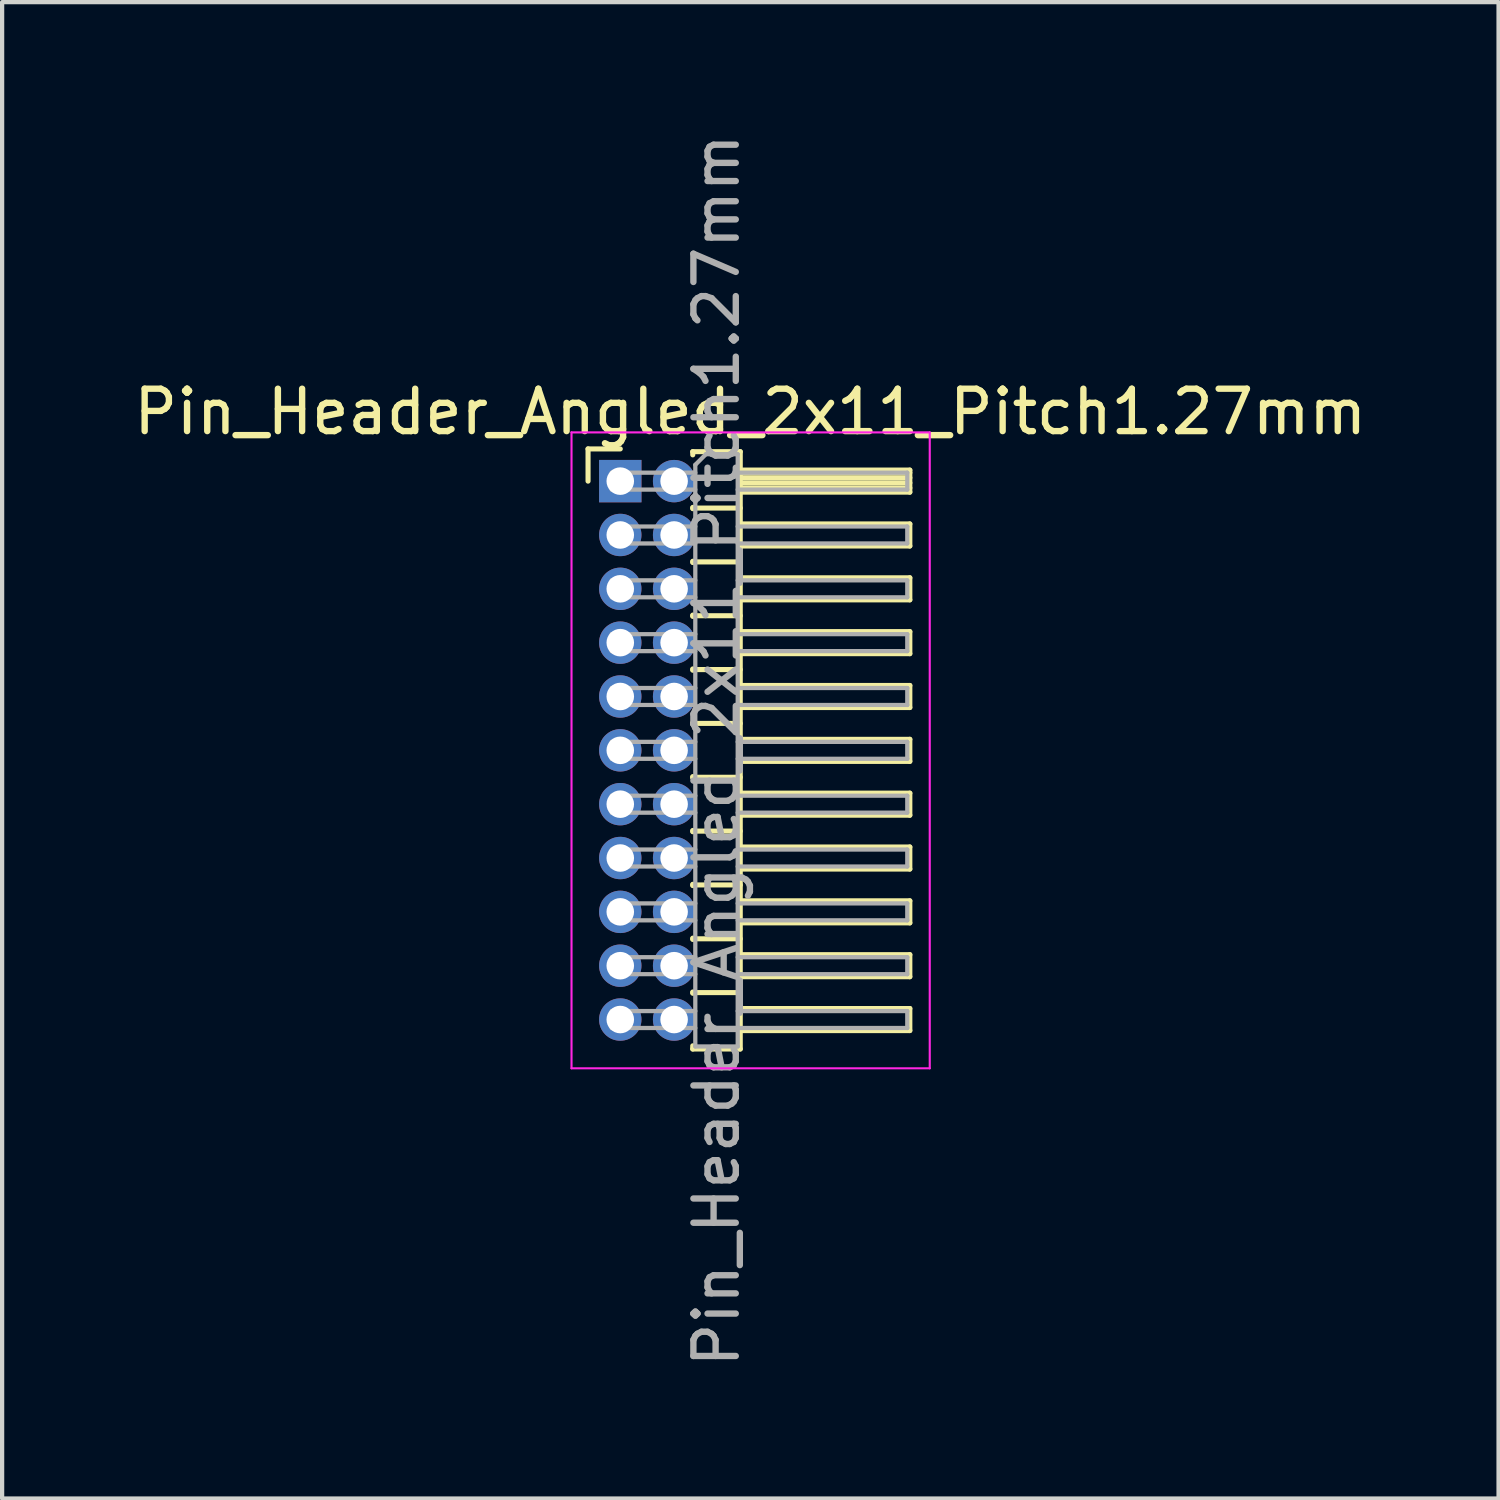
<source format=kicad_pcb>
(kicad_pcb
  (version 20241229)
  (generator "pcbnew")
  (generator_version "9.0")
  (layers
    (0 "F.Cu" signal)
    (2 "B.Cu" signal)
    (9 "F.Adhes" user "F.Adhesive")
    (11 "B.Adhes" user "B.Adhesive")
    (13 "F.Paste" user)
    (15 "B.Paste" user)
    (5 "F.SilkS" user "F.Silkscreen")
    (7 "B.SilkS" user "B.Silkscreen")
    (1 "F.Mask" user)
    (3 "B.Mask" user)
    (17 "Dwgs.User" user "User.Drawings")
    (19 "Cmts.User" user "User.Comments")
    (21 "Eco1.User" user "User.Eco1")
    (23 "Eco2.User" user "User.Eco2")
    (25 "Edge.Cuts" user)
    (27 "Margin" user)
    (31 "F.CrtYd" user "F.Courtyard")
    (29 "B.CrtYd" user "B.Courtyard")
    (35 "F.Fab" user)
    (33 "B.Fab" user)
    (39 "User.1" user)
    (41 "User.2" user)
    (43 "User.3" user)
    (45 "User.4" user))
  (footprint "Pin_Header_Angled_2x11_Pitch1.27mm"
    (layer "F.Cu")
    (at 11.581 8.299)
    (property "Reference" "Pin_Header_Angled_2x11_Pitch1.27mm" (at 3.067 -1.635 0) (layer "F.SilkS") (effects (font (size 1 1) (thickness 0.15))))
    (attr through_hole)
    (fp_line (start -0.76 -0.76) (end 0 -0.76) (stroke (width 0.12) (type solid)) (layer "F.SilkS"))
    (fp_line (start -0.76 0) (end -0.76 -0.76) (stroke (width 0.12) (type solid)) (layer "F.SilkS"))
    (fp_line (start 1.71 -0.695) (end 2.83 -0.695) (stroke (width 0.12) (type solid)) (layer "F.SilkS"))
    (fp_line (start 1.71 -0.62) (end 1.71 -0.695) (stroke (width 0.12) (type solid)) (layer "F.SilkS"))
    (fp_line (start 1.71 0.62) (end 1.71 0.65) (stroke (width 0.12) (type solid)) (layer "F.SilkS"))
    (fp_line (start 1.71 0.635) (end 2.83 0.635) (stroke (width 0.12) (type solid)) (layer "F.SilkS"))
    (fp_line (start 1.71 1.89) (end 1.71 1.92) (stroke (width 0.12) (type solid)) (layer "F.SilkS"))
    (fp_line (start 1.71 1.905) (end 2.83 1.905) (stroke (width 0.12) (type solid)) (layer "F.SilkS"))
    (fp_line (start 1.71 3.16) (end 1.71 3.19) (stroke (width 0.12) (type solid)) (layer "F.SilkS"))
    (fp_line (start 1.71 3.175) (end 2.83 3.175) (stroke (width 0.12) (type solid)) (layer "F.SilkS"))
    (fp_line (start 1.71 4.43) (end 1.71 4.46) (stroke (width 0.12) (type solid)) (layer "F.SilkS"))
    (fp_line (start 1.71 4.445) (end 2.83 4.445) (stroke (width 0.12) (type solid)) (layer "F.SilkS"))
    (fp_line (start 1.71 5.7) (end 1.71 5.73) (stroke (width 0.12) (type solid)) (layer "F.SilkS"))
    (fp_line (start 1.71 5.715) (end 2.83 5.715) (stroke (width 0.12) (type solid)) (layer "F.SilkS"))
    (fp_line (start 1.71 6.97) (end 1.71 7) (stroke (width 0.12) (type solid)) (layer "F.SilkS"))
    (fp_line (start 1.71 6.985) (end 2.83 6.985) (stroke (width 0.12) (type solid)) (layer "F.SilkS"))
    (fp_line (start 1.71 8.24) (end 1.71 8.27) (stroke (width 0.12) (type solid)) (layer "F.SilkS"))
    (fp_line (start 1.71 8.255) (end 2.83 8.255) (stroke (width 0.12) (type solid)) (layer "F.SilkS"))
    (fp_line (start 1.71 9.51) (end 1.71 9.54) (stroke (width 0.12) (type solid)) (layer "F.SilkS"))
    (fp_line (start 1.71 9.525) (end 2.83 9.525) (stroke (width 0.12) (type solid)) (layer "F.SilkS"))
    (fp_line (start 1.71 10.78) (end 1.71 10.81) (stroke (width 0.12) (type solid)) (layer "F.SilkS"))
    (fp_line (start 1.71 10.795) (end 2.83 10.795) (stroke (width 0.12) (type solid)) (layer "F.SilkS"))
    (fp_line (start 1.71 12.05) (end 1.71 12.08) (stroke (width 0.12) (type solid)) (layer "F.SilkS"))
    (fp_line (start 1.71 12.065) (end 2.83 12.065) (stroke (width 0.12) (type solid)) (layer "F.SilkS"))
    (fp_line (start 1.71 13.395) (end 1.71 13.32) (stroke (width 0.12) (type solid)) (layer "F.SilkS"))
    (fp_line (start 2.83 -0.695) (end 2.83 13.395) (stroke (width 0.12) (type solid)) (layer "F.SilkS"))
    (fp_line (start 2.83 -0.26) (end 6.83 -0.26) (stroke (width 0.12) (type solid)) (layer "F.SilkS"))
    (fp_line (start 2.83 -0.2) (end 6.83 -0.2) (stroke (width 0.12) (type solid)) (layer "F.SilkS"))
    (fp_line (start 2.83 -0.08) (end 6.83 -0.08) (stroke (width 0.12) (type solid)) (layer "F.SilkS"))
    (fp_line (start 2.83 0.04) (end 6.83 0.04) (stroke (width 0.12) (type solid)) (layer "F.SilkS"))
    (fp_line (start 2.83 0.16) (end 6.83 0.16) (stroke (width 0.12) (type solid)) (layer "F.SilkS"))
    (fp_line (start 2.83 1.01) (end 6.83 1.01) (stroke (width 0.12) (type solid)) (layer "F.SilkS"))
    (fp_line (start 2.83 2.28) (end 6.83 2.28) (stroke (width 0.12) (type solid)) (layer "F.SilkS"))
    (fp_line (start 2.83 3.55) (end 6.83 3.55) (stroke (width 0.12) (type solid)) (layer "F.SilkS"))
    (fp_line (start 2.83 4.82) (end 6.83 4.82) (stroke (width 0.12) (type solid)) (layer "F.SilkS"))
    (fp_line (start 2.83 6.09) (end 6.83 6.09) (stroke (width 0.12) (type solid)) (layer "F.SilkS"))
    (fp_line (start 2.83 7.36) (end 6.83 7.36) (stroke (width 0.12) (type solid)) (layer "F.SilkS"))
    (fp_line (start 2.83 8.63) (end 6.83 8.63) (stroke (width 0.12) (type solid)) (layer "F.SilkS"))
    (fp_line (start 2.83 9.9) (end 6.83 9.9) (stroke (width 0.12) (type solid)) (layer "F.SilkS"))
    (fp_line (start 2.83 11.17) (end 6.83 11.17) (stroke (width 0.12) (type solid)) (layer "F.SilkS"))
    (fp_line (start 2.83 12.44) (end 6.83 12.44) (stroke (width 0.12) (type solid)) (layer "F.SilkS"))
    (fp_line (start 2.83 13.395) (end 1.71 13.395) (stroke (width 0.12) (type solid)) (layer "F.SilkS"))
    (fp_line (start 6.83 -0.26) (end 6.83 0.26) (stroke (width 0.12) (type solid)) (layer "F.SilkS"))
    (fp_line (start 6.83 0.26) (end 2.83 0.26) (stroke (width 0.12) (type solid)) (layer "F.SilkS"))
    (fp_line (start 6.83 1.01) (end 6.83 1.53) (stroke (width 0.12) (type solid)) (layer "F.SilkS"))
    (fp_line (start 6.83 1.53) (end 2.83 1.53) (stroke (width 0.12) (type solid)) (layer "F.SilkS"))
    (fp_line (start 6.83 2.28) (end 6.83 2.8) (stroke (width 0.12) (type solid)) (layer "F.SilkS"))
    (fp_line (start 6.83 2.8) (end 2.83 2.8) (stroke (width 0.12) (type solid)) (layer "F.SilkS"))
    (fp_line (start 6.83 3.55) (end 6.83 4.07) (stroke (width 0.12) (type solid)) (layer "F.SilkS"))
    (fp_line (start 6.83 4.07) (end 2.83 4.07) (stroke (width 0.12) (type solid)) (layer "F.SilkS"))
    (fp_line (start 6.83 4.82) (end 6.83 5.34) (stroke (width 0.12) (type solid)) (layer "F.SilkS"))
    (fp_line (start 6.83 5.34) (end 2.83 5.34) (stroke (width 0.12) (type solid)) (layer "F.SilkS"))
    (fp_line (start 6.83 6.09) (end 6.83 6.61) (stroke (width 0.12) (type solid)) (layer "F.SilkS"))
    (fp_line (start 6.83 6.61) (end 2.83 6.61) (stroke (width 0.12) (type solid)) (layer "F.SilkS"))
    (fp_line (start 6.83 7.36) (end 6.83 7.88) (stroke (width 0.12) (type solid)) (layer "F.SilkS"))
    (fp_line (start 6.83 7.88) (end 2.83 7.88) (stroke (width 0.12) (type solid)) (layer "F.SilkS"))
    (fp_line (start 6.83 8.63) (end 6.83 9.15) (stroke (width 0.12) (type solid)) (layer "F.SilkS"))
    (fp_line (start 6.83 9.15) (end 2.83 9.15) (stroke (width 0.12) (type solid)) (layer "F.SilkS"))
    (fp_line (start 6.83 9.9) (end 6.83 10.42) (stroke (width 0.12) (type solid)) (layer "F.SilkS"))
    (fp_line (start 6.83 10.42) (end 2.83 10.42) (stroke (width 0.12) (type solid)) (layer "F.SilkS"))
    (fp_line (start 6.83 11.17) (end 6.83 11.69) (stroke (width 0.12) (type solid)) (layer "F.SilkS"))
    (fp_line (start 6.83 11.69) (end 2.83 11.69) (stroke (width 0.12) (type solid)) (layer "F.SilkS"))
    (fp_line (start 6.83 12.44) (end 6.83 12.96) (stroke (width 0.12) (type solid)) (layer "F.SilkS"))
    (fp_line (start 6.83 12.96) (end 2.83 12.96) (stroke (width 0.12) (type solid)) (layer "F.SilkS"))
    (fp_line (start -1.15 -1.15) (end -1.15 13.85) (stroke (width 0.05) (type solid)) (layer "F.CrtYd"))
    (fp_line (start -1.15 13.85) (end 7.3 13.85) (stroke (width 0.05) (type solid)) (layer "F.CrtYd"))
    (fp_line (start 7.3 -1.15) (end -1.15 -1.15) (stroke (width 0.05) (type solid)) (layer "F.CrtYd"))
    (fp_line (start 7.3 13.85) (end 7.3 -1.15) (stroke (width 0.05) (type solid)) (layer "F.CrtYd"))
    (fp_line (start -0.2 -0.2) (end -0.2 0.2) (stroke (width 0.1) (type solid)) (layer "F.Fab"))
    (fp_line (start -0.2 -0.2) (end 1.77 -0.2) (stroke (width 0.1) (type solid)) (layer "F.Fab"))
    (fp_line (start -0.2 0.2) (end 1.77 0.2) (stroke (width 0.1) (type solid)) (layer "F.Fab"))
    (fp_line (start -0.2 1.07) (end -0.2 1.47) (stroke (width 0.1) (type solid)) (layer "F.Fab"))
    (fp_line (start -0.2 1.07) (end 1.77 1.07) (stroke (width 0.1) (type solid)) (layer "F.Fab"))
    (fp_line (start -0.2 1.47) (end 1.77 1.47) (stroke (width 0.1) (type solid)) (layer "F.Fab"))
    (fp_line (start -0.2 2.34) (end -0.2 2.74) (stroke (width 0.1) (type solid)) (layer "F.Fab"))
    (fp_line (start -0.2 2.34) (end 1.77 2.34) (stroke (width 0.1) (type solid)) (layer "F.Fab"))
    (fp_line (start -0.2 2.74) (end 1.77 2.74) (stroke (width 0.1) (type solid)) (layer "F.Fab"))
    (fp_line (start -0.2 3.61) (end -0.2 4.01) (stroke (width 0.1) (type solid)) (layer "F.Fab"))
    (fp_line (start -0.2 3.61) (end 1.77 3.61) (stroke (width 0.1) (type solid)) (layer "F.Fab"))
    (fp_line (start -0.2 4.01) (end 1.77 4.01) (stroke (width 0.1) (type solid)) (layer "F.Fab"))
    (fp_line (start -0.2 4.88) (end -0.2 5.28) (stroke (width 0.1) (type solid)) (layer "F.Fab"))
    (fp_line (start -0.2 4.88) (end 1.77 4.88) (stroke (width 0.1) (type solid)) (layer "F.Fab"))
    (fp_line (start -0.2 5.28) (end 1.77 5.28) (stroke (width 0.1) (type solid)) (layer "F.Fab"))
    (fp_line (start -0.2 6.15) (end -0.2 6.55) (stroke (width 0.1) (type solid)) (layer "F.Fab"))
    (fp_line (start -0.2 6.15) (end 1.77 6.15) (stroke (width 0.1) (type solid)) (layer "F.Fab"))
    (fp_line (start -0.2 6.55) (end 1.77 6.55) (stroke (width 0.1) (type solid)) (layer "F.Fab"))
    (fp_line (start -0.2 7.42) (end -0.2 7.82) (stroke (width 0.1) (type solid)) (layer "F.Fab"))
    (fp_line (start -0.2 7.42) (end 1.77 7.42) (stroke (width 0.1) (type solid)) (layer "F.Fab"))
    (fp_line (start -0.2 7.82) (end 1.77 7.82) (stroke (width 0.1) (type solid)) (layer "F.Fab"))
    (fp_line (start -0.2 8.69) (end -0.2 9.09) (stroke (width 0.1) (type solid)) (layer "F.Fab"))
    (fp_line (start -0.2 8.69) (end 1.77 8.69) (stroke (width 0.1) (type solid)) (layer "F.Fab"))
    (fp_line (start -0.2 9.09) (end 1.77 9.09) (stroke (width 0.1) (type solid)) (layer "F.Fab"))
    (fp_line (start -0.2 9.96) (end -0.2 10.36) (stroke (width 0.1) (type solid)) (layer "F.Fab"))
    (fp_line (start -0.2 9.96) (end 1.77 9.96) (stroke (width 0.1) (type solid)) (layer "F.Fab"))
    (fp_line (start -0.2 10.36) (end 1.77 10.36) (stroke (width 0.1) (type solid)) (layer "F.Fab"))
    (fp_line (start -0.2 11.23) (end -0.2 11.63) (stroke (width 0.1) (type solid)) (layer "F.Fab"))
    (fp_line (start -0.2 11.23) (end 1.77 11.23) (stroke (width 0.1) (type solid)) (layer "F.Fab"))
    (fp_line (start -0.2 11.63) (end 1.77 11.63) (stroke (width 0.1) (type solid)) (layer "F.Fab"))
    (fp_line (start -0.2 12.5) (end -0.2 12.9) (stroke (width 0.1) (type solid)) (layer "F.Fab"))
    (fp_line (start -0.2 12.5) (end 1.77 12.5) (stroke (width 0.1) (type solid)) (layer "F.Fab"))
    (fp_line (start -0.2 12.9) (end 1.77 12.9) (stroke (width 0.1) (type solid)) (layer "F.Fab"))
    (fp_line (start 1.77 -0.385) (end 2.02 -0.635) (stroke (width 0.1) (type solid)) (layer "F.Fab"))
    (fp_line (start 1.77 13.335) (end 1.77 -0.385) (stroke (width 0.1) (type solid)) (layer "F.Fab"))
    (fp_line (start 2.02 -0.635) (end 2.77 -0.635) (stroke (width 0.1) (type solid)) (layer "F.Fab"))
    (fp_line (start 2.77 -0.635) (end 2.77 13.335) (stroke (width 0.1) (type solid)) (layer "F.Fab"))
    (fp_line (start 2.77 -0.2) (end 6.77 -0.2) (stroke (width 0.1) (type solid)) (layer "F.Fab"))
    (fp_line (start 2.77 0.2) (end 6.77 0.2) (stroke (width 0.1) (type solid)) (layer "F.Fab"))
    (fp_line (start 2.77 1.07) (end 6.77 1.07) (stroke (width 0.1) (type solid)) (layer "F.Fab"))
    (fp_line (start 2.77 1.47) (end 6.77 1.47) (stroke (width 0.1) (type solid)) (layer "F.Fab"))
    (fp_line (start 2.77 2.34) (end 6.77 2.34) (stroke (width 0.1) (type solid)) (layer "F.Fab"))
    (fp_line (start 2.77 2.74) (end 6.77 2.74) (stroke (width 0.1) (type solid)) (layer "F.Fab"))
    (fp_line (start 2.77 3.61) (end 6.77 3.61) (stroke (width 0.1) (type solid)) (layer "F.Fab"))
    (fp_line (start 2.77 4.01) (end 6.77 4.01) (stroke (width 0.1) (type solid)) (layer "F.Fab"))
    (fp_line (start 2.77 4.88) (end 6.77 4.88) (stroke (width 0.1) (type solid)) (layer "F.Fab"))
    (fp_line (start 2.77 5.28) (end 6.77 5.28) (stroke (width 0.1) (type solid)) (layer "F.Fab"))
    (fp_line (start 2.77 6.15) (end 6.77 6.15) (stroke (width 0.1) (type solid)) (layer "F.Fab"))
    (fp_line (start 2.77 6.55) (end 6.77 6.55) (stroke (width 0.1) (type solid)) (layer "F.Fab"))
    (fp_line (start 2.77 7.42) (end 6.77 7.42) (stroke (width 0.1) (type solid)) (layer "F.Fab"))
    (fp_line (start 2.77 7.82) (end 6.77 7.82) (stroke (width 0.1) (type solid)) (layer "F.Fab"))
    (fp_line (start 2.77 8.69) (end 6.77 8.69) (stroke (width 0.1) (type solid)) (layer "F.Fab"))
    (fp_line (start 2.77 9.09) (end 6.77 9.09) (stroke (width 0.1) (type solid)) (layer "F.Fab"))
    (fp_line (start 2.77 9.96) (end 6.77 9.96) (stroke (width 0.1) (type solid)) (layer "F.Fab"))
    (fp_line (start 2.77 10.36) (end 6.77 10.36) (stroke (width 0.1) (type solid)) (layer "F.Fab"))
    (fp_line (start 2.77 11.23) (end 6.77 11.23) (stroke (width 0.1) (type solid)) (layer "F.Fab"))
    (fp_line (start 2.77 11.63) (end 6.77 11.63) (stroke (width 0.1) (type solid)) (layer "F.Fab"))
    (fp_line (start 2.77 12.5) (end 6.77 12.5) (stroke (width 0.1) (type solid)) (layer "F.Fab"))
    (fp_line (start 2.77 12.9) (end 6.77 12.9) (stroke (width 0.1) (type solid)) (layer "F.Fab"))
    (fp_line (start 2.77 13.335) (end 1.77 13.335) (stroke (width 0.1) (type solid)) (layer "F.Fab"))
    (fp_line (start 6.77 -0.2) (end 6.77 0.2) (stroke (width 0.1) (type solid)) (layer "F.Fab"))
    (fp_line (start 6.77 1.07) (end 6.77 1.47) (stroke (width 0.1) (type solid)) (layer "F.Fab"))
    (fp_line (start 6.77 2.34) (end 6.77 2.74) (stroke (width 0.1) (type solid)) (layer "F.Fab"))
    (fp_line (start 6.77 3.61) (end 6.77 4.01) (stroke (width 0.1) (type solid)) (layer "F.Fab"))
    (fp_line (start 6.77 4.88) (end 6.77 5.28) (stroke (width 0.1) (type solid)) (layer "F.Fab"))
    (fp_line (start 6.77 6.15) (end 6.77 6.55) (stroke (width 0.1) (type solid)) (layer "F.Fab"))
    (fp_line (start 6.77 7.42) (end 6.77 7.82) (stroke (width 0.1) (type solid)) (layer "F.Fab"))
    (fp_line (start 6.77 8.69) (end 6.77 9.09) (stroke (width 0.1) (type solid)) (layer "F.Fab"))
    (fp_line (start 6.77 9.96) (end 6.77 10.36) (stroke (width 0.1) (type solid)) (layer "F.Fab"))
    (fp_line (start 6.77 11.23) (end 6.77 11.63) (stroke (width 0.1) (type solid)) (layer "F.Fab"))
    (fp_line (start 6.77 12.5) (end 6.77 12.9) (stroke (width 0.1) (type solid)) (layer "F.Fab"))
    (fp_text user "${REFERENCE}" (at 2.27 6.35 90) (layer "F.Fab") (effects (font (size 1 1) (thickness 0.15))))
    (pad "1" thru_hole rect (at 0 0) (size 1 1) (drill 0.65) (layers "*.Cu" "*.Mask"))
    (pad "2" thru_hole oval (at 1.27 0) (size 1 1) (drill 0.65) (layers "*.Cu" "*.Mask"))
    (pad "3" thru_hole oval (at 0 1.27) (size 1 1) (drill 0.65) (layers "*.Cu" "*.Mask"))
    (pad "4" thru_hole oval (at 1.27 1.27) (size 1 1) (drill 0.65) (layers "*.Cu" "*.Mask"))
    (pad "5" thru_hole oval (at 0 2.54) (size 1 1) (drill 0.65) (layers "*.Cu" "*.Mask"))
    (pad "6" thru_hole oval (at 1.27 2.54) (size 1 1) (drill 0.65) (layers "*.Cu" "*.Mask"))
    (pad "7" thru_hole oval (at 0 3.81) (size 1 1) (drill 0.65) (layers "*.Cu" "*.Mask"))
    (pad "8" thru_hole oval (at 1.27 3.81) (size 1 1) (drill 0.65) (layers "*.Cu" "*.Mask"))
    (pad "9" thru_hole oval (at 0 5.08) (size 1 1) (drill 0.65) (layers "*.Cu" "*.Mask"))
    (pad "10" thru_hole oval (at 1.27 5.08) (size 1 1) (drill 0.65) (layers "*.Cu" "*.Mask"))
    (pad "11" thru_hole oval (at 0 6.35) (size 1 1) (drill 0.65) (layers "*.Cu" "*.Mask"))
    (pad "12" thru_hole oval (at 1.27 6.35) (size 1 1) (drill 0.65) (layers "*.Cu" "*.Mask"))
    (pad "13" thru_hole oval (at 0 7.62) (size 1 1) (drill 0.65) (layers "*.Cu" "*.Mask"))
    (pad "14" thru_hole oval (at 1.27 7.62) (size 1 1) (drill 0.65) (layers "*.Cu" "*.Mask"))
    (pad "15" thru_hole oval (at 0 8.89) (size 1 1) (drill 0.65) (layers "*.Cu" "*.Mask"))
    (pad "16" thru_hole oval (at 1.27 8.89) (size 1 1) (drill 0.65) (layers "*.Cu" "*.Mask"))
    (pad "17" thru_hole oval (at 0 10.16) (size 1 1) (drill 0.65) (layers "*.Cu" "*.Mask"))
    (pad "18" thru_hole oval (at 1.27 10.16) (size 1 1) (drill 0.65) (layers "*.Cu" "*.Mask"))
    (pad "19" thru_hole oval (at 0 11.43) (size 1 1) (drill 0.65) (layers "*.Cu" "*.Mask"))
    (pad "20" thru_hole oval (at 1.27 11.43) (size 1 1) (drill 0.65) (layers "*.Cu" "*.Mask"))
    (pad "21" thru_hole oval (at 0 12.7) (size 1 1) (drill 0.65) (layers "*.Cu" "*.Mask"))
    (pad "22" thru_hole oval (at 1.27 12.7) (size 1 1) (drill 0.65) (layers "*.Cu" "*.Mask")))
  (gr_rect
    (start -3 -3)
    (end 32.298 32.298)
    (stroke (width 0.1) (type default))
    (fill no)
    (layer "Edge.Cuts")))
</source>
